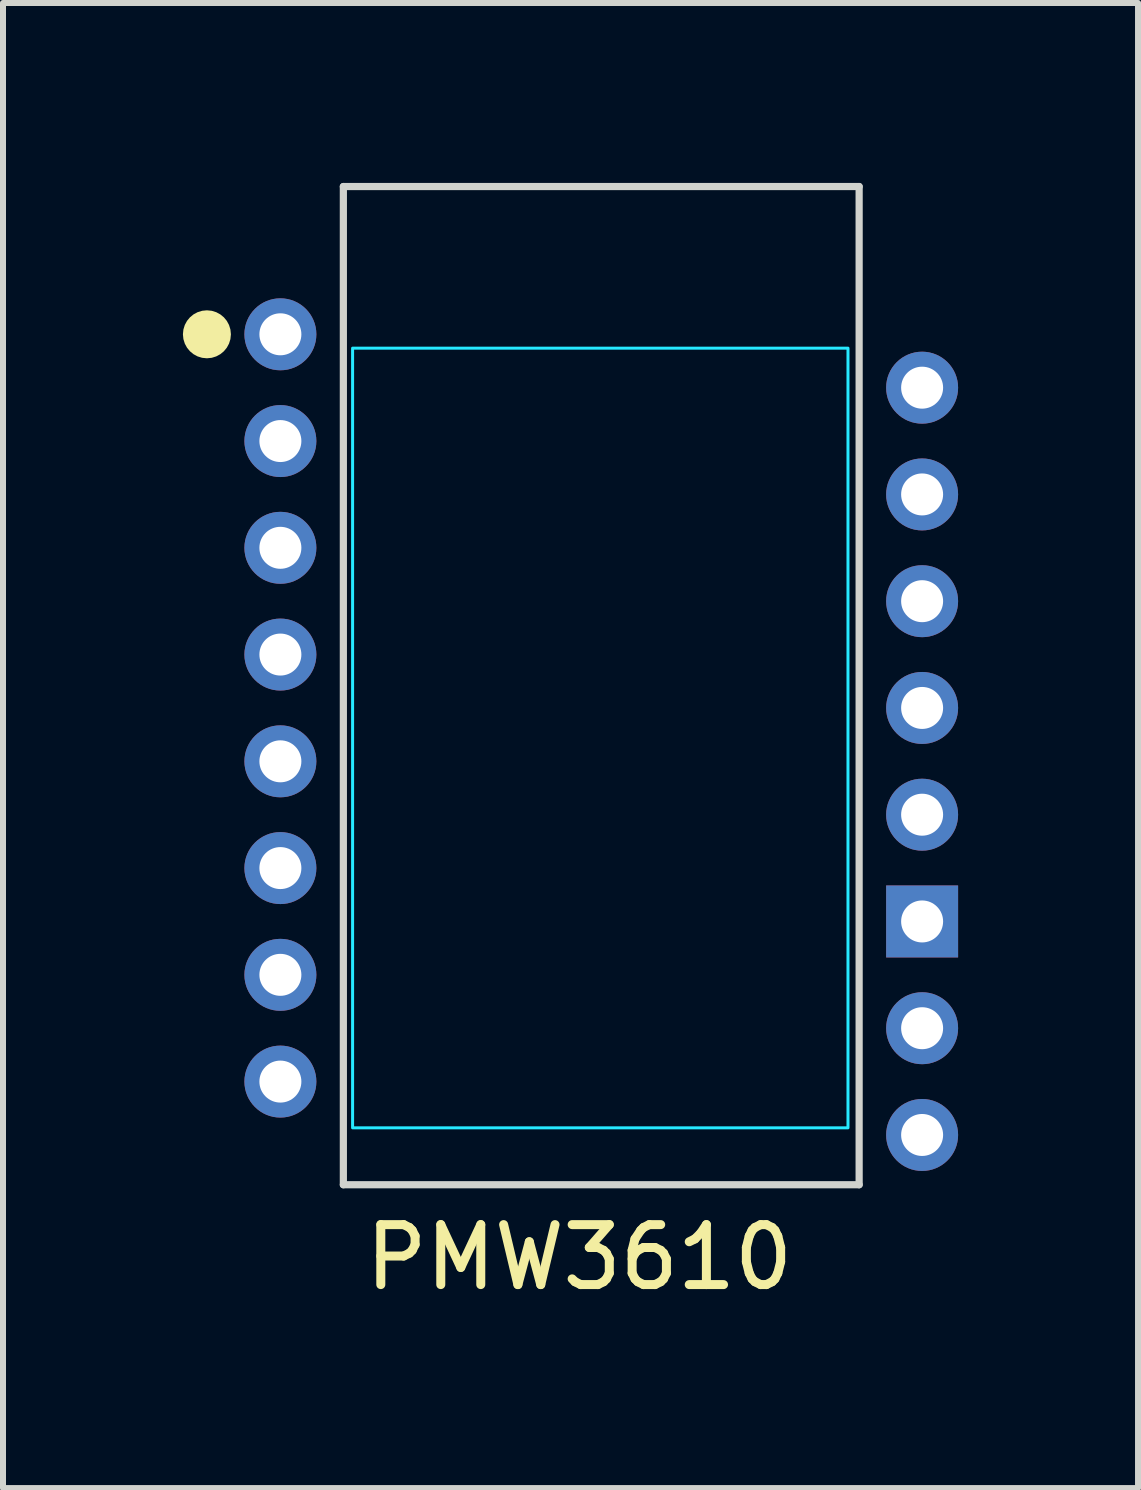
<source format=kicad_pcb>
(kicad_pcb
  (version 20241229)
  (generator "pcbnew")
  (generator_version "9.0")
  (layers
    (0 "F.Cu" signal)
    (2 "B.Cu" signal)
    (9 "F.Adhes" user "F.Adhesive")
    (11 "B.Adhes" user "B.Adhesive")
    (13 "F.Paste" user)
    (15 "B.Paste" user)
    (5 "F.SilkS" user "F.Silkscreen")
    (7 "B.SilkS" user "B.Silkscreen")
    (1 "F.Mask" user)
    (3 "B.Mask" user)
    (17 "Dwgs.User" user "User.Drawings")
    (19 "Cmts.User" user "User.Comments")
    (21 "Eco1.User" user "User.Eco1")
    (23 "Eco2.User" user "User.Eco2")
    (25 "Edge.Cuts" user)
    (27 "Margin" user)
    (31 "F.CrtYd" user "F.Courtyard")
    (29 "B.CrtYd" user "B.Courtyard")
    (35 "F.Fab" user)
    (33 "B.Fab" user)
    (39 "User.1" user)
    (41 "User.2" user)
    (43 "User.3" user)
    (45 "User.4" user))
  (footprint "PMW3610"
    (layer "F.Cu")
    (at 1.625 2.524)
    (property "Reference" "PMW3610" (at 4.984 15.39 180) (layer "F.SilkS") (effects (font (size 1 1) (thickness 0.15))))
    (attr through_hole)
    (fp_circle (center -1.225 0) (end -1.025 0) (stroke (width 0.4) (type solid)) (fill no) (layer "F.SilkS"))
    (fp_line (start 1.05 -2.464) (end 1.05 14.18) (stroke (width 0.12) (type solid)) (layer "Edge.Cuts"))
    (fp_line (start 1.05 -2.464) (end 9.65 -2.464) (stroke (width 0.12) (type solid)) (layer "Edge.Cuts"))
    (fp_line (start 1.05 14.18) (end 9.65 14.18) (stroke (width 0.12) (type solid)) (layer "Edge.Cuts"))
    (fp_line (start 9.65 -2.464) (end 9.65 14.18) (stroke (width 0.12) (type solid)) (layer "Edge.Cuts"))
    (fp_rect (start 1.204 0.231) (end 9.464 13.231) (stroke (width 0.05) (type solid)) (fill no) (layer "B.CrtYd"))
    (pad "1" thru_hole circle (at 0 0) (size 1.2 1.2) (drill 0.7) (layers "*.Cu" "*.Mask"))
    (pad "2" thru_hole circle (at 0 1.78) (size 1.2 1.2) (drill 0.7) (layers "*.Cu" "*.Mask"))
    (pad "3" thru_hole circle (at 0 3.56) (size 1.2 1.2) (drill 0.7) (layers "*.Cu" "*.Mask"))
    (pad "4" thru_hole circle (at 0 5.34) (size 1.2 1.2) (drill 0.7) (layers "*.Cu" "*.Mask"))
    (pad "5" thru_hole circle (at 0 7.12) (size 1.2 1.2) (drill 0.7) (layers "*.Cu" "*.Mask"))
    (pad "6" thru_hole circle (at 0 8.9) (size 1.2 1.2) (drill 0.7) (layers "*.Cu" "*.Mask"))
    (pad "7" thru_hole circle (at 0 10.68) (size 1.2 1.2) (drill 0.7) (layers "*.Cu" "*.Mask"))
    (pad "8" thru_hole circle (at 0 12.46) (size 1.2 1.2) (drill 0.7) (layers "*.Cu" "*.Mask"))
    (pad "9" thru_hole circle (at 10.7 13.35) (size 1.2 1.2) (drill 0.7) (layers "*.Cu" "*.Mask"))
    (pad "10" thru_hole circle (at 10.7 11.57) (size 1.2 1.2) (drill 0.7) (layers "*.Cu" "*.Mask"))
    (pad "11" thru_hole rect (at 10.7 9.79) (size 1.2 1.2) (drill 0.7) (layers "*.Cu" "*.Mask"))
    (pad "12" thru_hole circle (at 10.7 8.01) (size 1.2 1.2) (drill 0.7) (layers "*.Cu" "*.Mask"))
    (pad "13" thru_hole circle (at 10.7 6.23) (size 1.2 1.2) (drill 0.7) (layers "*.Cu" "*.Mask"))
    (pad "14" thru_hole circle (at 10.7 4.45) (size 1.2 1.2) (drill 0.7) (layers "*.Cu" "*.Mask"))
    (pad "15" thru_hole circle (at 10.7 2.67) (size 1.2 1.2) (drill 0.7) (layers "*.Cu" "*.Mask"))
    (pad "16" thru_hole circle (at 10.7 0.89) (size 1.2 1.2) (drill 0.7) (layers "*.Cu" "*.Mask")))
  (gr_rect
    (start -3 -3)
    (end 15.925 21.762)
    (stroke (width 0.1) (type default))
    (fill no)
    (layer "Edge.Cuts")))
</source>
